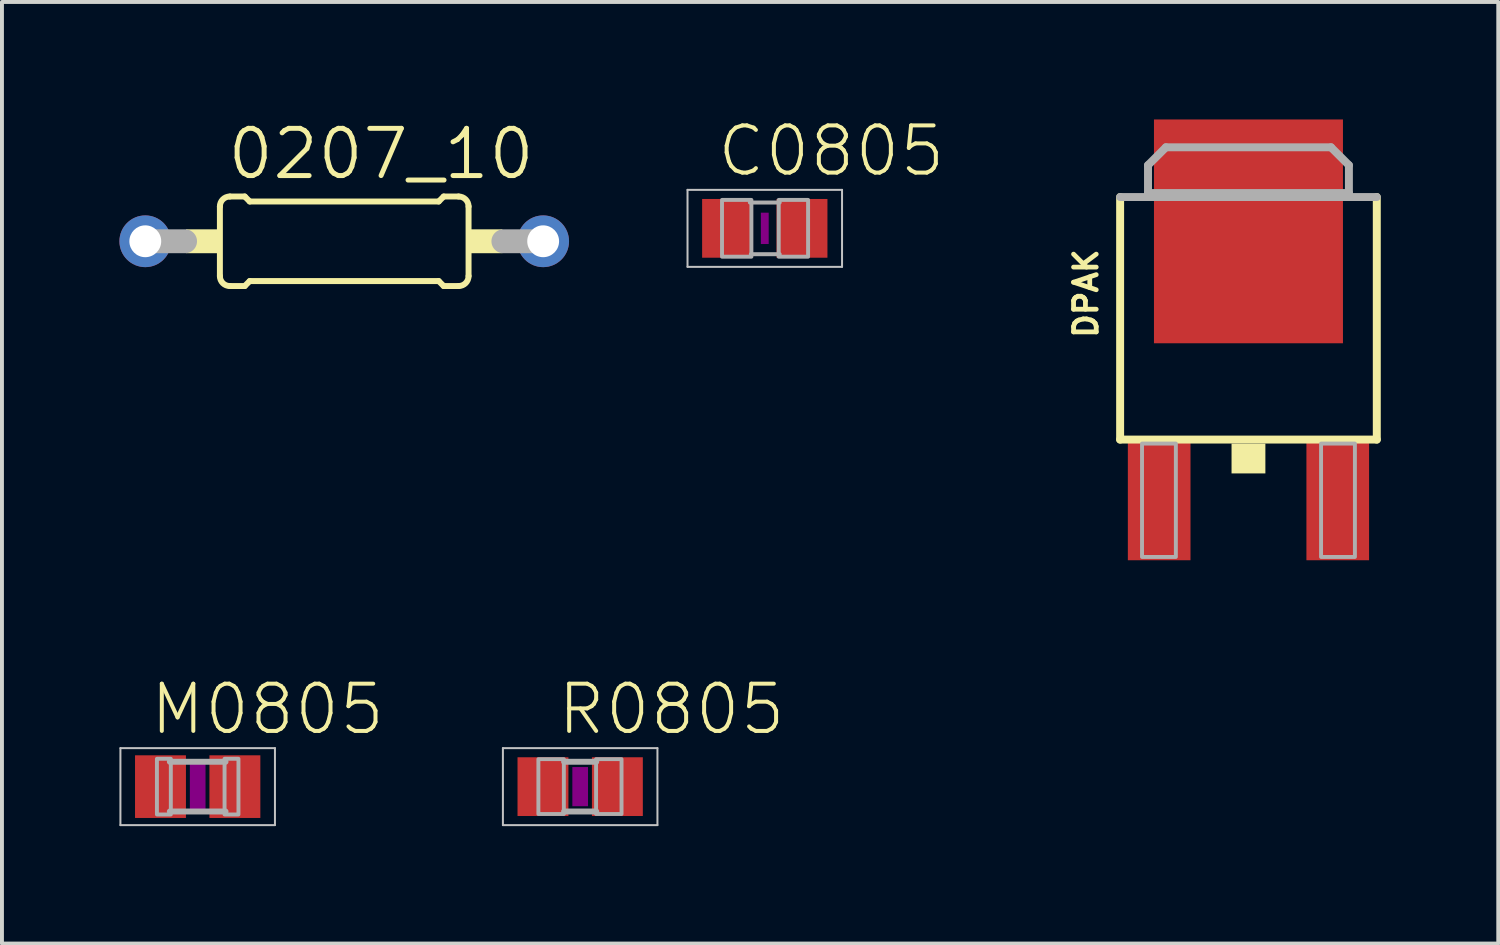
<source format=kicad_pcb>
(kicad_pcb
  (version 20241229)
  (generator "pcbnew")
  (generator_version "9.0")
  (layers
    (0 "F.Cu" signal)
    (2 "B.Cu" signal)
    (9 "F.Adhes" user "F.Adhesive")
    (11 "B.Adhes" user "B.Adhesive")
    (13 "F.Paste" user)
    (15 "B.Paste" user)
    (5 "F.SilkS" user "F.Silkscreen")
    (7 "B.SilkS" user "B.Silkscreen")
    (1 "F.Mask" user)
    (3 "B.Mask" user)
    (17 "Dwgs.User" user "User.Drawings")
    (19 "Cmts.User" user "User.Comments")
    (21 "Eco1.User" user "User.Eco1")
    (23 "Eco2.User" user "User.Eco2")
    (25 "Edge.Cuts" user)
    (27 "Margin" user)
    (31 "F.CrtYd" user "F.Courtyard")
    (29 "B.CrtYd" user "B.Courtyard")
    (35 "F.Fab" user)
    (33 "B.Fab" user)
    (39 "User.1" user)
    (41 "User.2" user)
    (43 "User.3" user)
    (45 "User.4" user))
  (footprint "DPAK"
    (layer "F.Cu")
    (at 28.83 4.446)
    (property "Reference" "DPAK" (at -3.81 0 90) (layer "F.SilkS") (effects (font (size 0.579 0.579) (thickness 0.122)) (justify bottom)))
    (attr through_hole)
    (fp_line (start -3.277 3.729) (end -3.277 -2.465) (stroke (width 0.203) (type solid)) (layer "F.SilkS"))
    (fp_line (start 3.277 -2.465) (end 3.277 3.729) (stroke (width 0.203) (type solid)) (layer "F.SilkS"))
    (fp_line (start 3.277 3.729) (end -3.277 3.729) (stroke (width 0.203) (type solid)) (layer "F.SilkS"))
    (fp_poly (pts (xy -0.432 4.593) (xy 0.432 4.593) (xy 0.432 3.831) (xy -0.432 3.831)) (stroke (width 0) (type solid)) (fill yes) (layer "F.SilkS"))
    (fp_line (start -3.277 -2.465) (end 3.277 -2.465) (stroke (width 0.203) (type solid)) (layer "F.Fab"))
    (fp_line (start -2.565 -3.278) (end -2.108 -3.735) (stroke (width 0.203) (type solid)) (layer "F.Fab"))
    (fp_line (start -2.565 -2.567) (end -2.565 -3.278) (stroke (width 0.203) (type solid)) (layer "F.Fab"))
    (fp_line (start -2.108 -3.735) (end 2.108 -3.735) (stroke (width 0.203) (type solid)) (layer "F.Fab"))
    (fp_line (start 2.108 -3.735) (end 2.565 -3.278) (stroke (width 0.203) (type solid)) (layer "F.Fab"))
    (fp_line (start 2.565 -3.278) (end 2.565 -2.567) (stroke (width 0.203) (type solid)) (layer "F.Fab"))
    (fp_line (start 2.565 -2.567) (end -2.565 -2.567) (stroke (width 0.203) (type solid)) (layer "F.Fab"))
    (fp_poly (pts (xy -2.718 6.726) (xy -1.854 6.726) (xy -1.854 3.831) (xy -2.718 3.831)) (stroke (width 0.1) (type solid)) (fill no) (layer "F.Fab"))
    (fp_poly (pts (xy 1.854 6.726) (xy 2.718 6.726) (xy 2.718 3.831) (xy 1.854 3.831)) (stroke (width 0.1) (type solid)) (fill no) (layer "F.Fab"))
    (fp_poly (pts (xy -2.565 -2.567) (xy -2.565 -3.278) (xy -2.108 -3.735) (xy 2.108 -3.735) (xy 2.565 -3.278) (xy 2.565 -2.567)) (stroke (width 0.1) (type solid)) (fill no) (layer "F.Fab"))
    (pad "1" smd rect (at -2.28 5.31) (size 1.6 3) (layers "F.Cu" "F.Mask" "F.Paste"))
    (pad "3" smd rect (at 2.28 5.31) (size 1.6 3) (layers "F.Cu" "F.Mask" "F.Paste"))
    (pad "4" smd rect (at 0 -1.588) (size 4.826 5.715) (layers "F.Cu" "F.Mask" "F.Paste")))
  (footprint "0207_10"
    (layer "F.Cu")
    (at 5.74 3.111)
    (property "Reference" "0207_10" (at -3.048 -1.524 0) (layer "F.SilkS") (effects (font (size 1.206 1.206) (thickness 0.127)) (justify left bottom)))
    (attr through_hole)
    (fp_line (start -3.175 0.889) (end -3.175 -0.889) (stroke (width 0.152) (type solid)) (layer "F.SilkS"))
    (fp_line (start -2.921 -1.143) (end -2.54 -1.143) (stroke (width 0.152) (type solid)) (layer "F.SilkS"))
    (fp_line (start -2.921 1.143) (end -2.54 1.143) (stroke (width 0.152) (type solid)) (layer "F.SilkS"))
    (fp_line (start -2.413 -1.016) (end -2.54 -1.143) (stroke (width 0.152) (type solid)) (layer "F.SilkS"))
    (fp_line (start -2.413 1.016) (end -2.54 1.143) (stroke (width 0.152) (type solid)) (layer "F.SilkS"))
    (fp_line (start 2.413 -1.016) (end -2.413 -1.016) (stroke (width 0.152) (type solid)) (layer "F.SilkS"))
    (fp_line (start 2.413 -1.016) (end 2.54 -1.143) (stroke (width 0.152) (type solid)) (layer "F.SilkS"))
    (fp_line (start 2.413 1.016) (end -2.413 1.016) (stroke (width 0.152) (type solid)) (layer "F.SilkS"))
    (fp_line (start 2.413 1.016) (end 2.54 1.143) (stroke (width 0.152) (type solid)) (layer "F.SilkS"))
    (fp_line (start 2.921 -1.143) (end 2.54 -1.143) (stroke (width 0.152) (type solid)) (layer "F.SilkS"))
    (fp_line (start 2.921 1.143) (end 2.54 1.143) (stroke (width 0.152) (type solid)) (layer "F.SilkS"))
    (fp_line (start 3.175 0.889) (end 3.175 -0.889) (stroke (width 0.152) (type solid)) (layer "F.SilkS"))
    (fp_arc (start -3.175 -0.889) (mid -3.100605 -1.068605) (end -2.921 -1.143) (stroke (width 0.1524) (type solid)) (layer "F.SilkS"))
    (fp_arc (start -2.921 1.143) (mid -3.100605 1.068605) (end -3.175 0.889) (stroke (width 0.1524) (type solid)) (layer "F.SilkS"))
    (fp_arc (start 2.921 -1.143) (mid 3.100605 -1.068605) (end 3.175 -0.889) (stroke (width 0.1524) (type solid)) (layer "F.SilkS"))
    (fp_arc (start 3.175 0.889) (mid 3.100605 1.068605) (end 2.921 1.143) (stroke (width 0.1524) (type solid)) (layer "F.SilkS"))
    (fp_poly (pts (xy -4.039 0.305) (xy -3.175 0.305) (xy -3.175 -0.305) (xy -4.039 -0.305)) (stroke (width 0) (type solid)) (fill yes) (layer "F.SilkS"))
    (fp_poly (pts (xy 3.175 0.305) (xy 4.039 0.305) (xy 4.039 -0.305) (xy 3.175 -0.305)) (stroke (width 0) (type solid)) (fill yes) (layer "F.SilkS"))
    (fp_line (start -5.08 0) (end -4.064 0) (stroke (width 0.61) (type solid)) (layer "F.Fab"))
    (fp_line (start 5.08 0) (end 4.064 0) (stroke (width 0.61) (type solid)) (layer "F.Fab"))
    (pad "1" thru_hole circle (at -5.08 0) (size 1.321 1.321) (drill 0.813) (layers "*.Cu" "*.Mask"))
    (pad "2" thru_hole circle (at 5.08 0) (size 1.321 1.321) (drill 0.813) (layers "*.Cu" "*.Mask")))
  (footprint "R0805"
    (layer "F.Cu")
    (at 11.765 17.037)
    (property "Reference" "R0805" (at -0.635 -1.27 0) (layer "F.SilkS") (effects (font (size 1.206 1.206) (thickness 0.102)) (justify left bottom)))
    (attr through_hole)
    (fp_poly (pts (xy -0.2 0.5) (xy 0.2 0.5) (xy 0.2 -0.5) (xy -0.2 -0.5)) (stroke (width 0) (type solid)) (fill yes) (layer "F.Adhes"))
    (fp_line (start -1.973 -0.983) (end 1.973 -0.983) (stroke (width 0.051) (type solid)) (layer "Dwgs.User"))
    (fp_line (start -1.973 0.983) (end -1.973 -0.983) (stroke (width 0.051) (type solid)) (layer "Dwgs.User"))
    (fp_line (start 1.973 -0.983) (end 1.973 0.983) (stroke (width 0.051) (type solid)) (layer "Dwgs.User"))
    (fp_line (start 1.973 0.983) (end -1.973 0.983) (stroke (width 0.051) (type solid)) (layer "Dwgs.User"))
    (fp_line (start -0.41 -0.635) (end 0.41 -0.635) (stroke (width 0.152) (type solid)) (layer "F.Fab"))
    (fp_line (start -0.41 0.635) (end 0.41 0.635) (stroke (width 0.152) (type solid)) (layer "F.Fab"))
    (fp_poly (pts (xy -1.067 0.699) (xy -0.417 0.699) (xy -0.417 -0.702) (xy -1.067 -0.702)) (stroke (width 0.1) (type solid)) (fill no) (layer "F.Fab"))
    (fp_poly (pts (xy 0.406 0.699) (xy 1.056 0.699) (xy 1.056 -0.702) (xy 0.406 -0.702)) (stroke (width 0.1) (type solid)) (fill no) (layer "F.Fab"))
    (pad "1" smd rect (at -0.95 0) (size 1.3 1.5) (layers "F.Cu" "F.Mask" "F.Paste"))
    (pad "2" smd rect (at 0.95 0) (size 1.3 1.5) (layers "F.Cu" "F.Mask" "F.Paste")))
  (footprint "M0805"
    (layer "F.Cu")
    (at 1.998 17.037)
    (property "Reference" "M0805" (at -1.27 -1.27 0) (layer "F.SilkS") (effects (font (size 1.206 1.206) (thickness 0.102)) (justify left bottom)))
    (attr through_hole)
    (fp_poly (pts (xy -0.2 0.6) (xy 0.2 0.6) (xy 0.2 -0.6) (xy -0.2 -0.6)) (stroke (width 0) (type solid)) (fill yes) (layer "F.Adhes"))
    (fp_line (start -1.973 -0.983) (end 1.973 -0.983) (stroke (width 0.051) (type solid)) (layer "Dwgs.User"))
    (fp_line (start -1.973 0.983) (end -1.973 -0.983) (stroke (width 0.051) (type solid)) (layer "Dwgs.User"))
    (fp_line (start 1.973 -0.983) (end 1.973 0.983) (stroke (width 0.051) (type solid)) (layer "Dwgs.User"))
    (fp_line (start 1.973 0.983) (end -1.973 0.983) (stroke (width 0.051) (type solid)) (layer "Dwgs.User"))
    (fp_line (start 0.711 -0.635) (end -0.711 -0.635) (stroke (width 0.152) (type solid)) (layer "F.Fab"))
    (fp_line (start 0.711 0.635) (end -0.711 0.635) (stroke (width 0.152) (type solid)) (layer "F.Fab"))
    (fp_poly (pts (xy -1.041 0.711) (xy -0.686 0.711) (xy -0.686 -0.711) (xy -1.041 -0.711)) (stroke (width 0.1) (type solid)) (fill no) (layer "F.Fab"))
    (fp_poly (pts (xy 0.686 0.711) (xy 1.041 0.711) (xy 1.041 -0.711) (xy 0.686 -0.711)) (stroke (width 0.1) (type solid)) (fill no) (layer "F.Fab"))
    (pad "1" smd rect (at -0.95 0) (size 1.3 1.6) (layers "F.Cu" "F.Mask" "F.Paste"))
    (pad "2" smd rect (at 0.95 0) (size 1.3 1.6) (layers "F.Cu" "F.Mask" "F.Paste")))
  (footprint "C0805"
    (layer "F.Cu")
    (at 16.479 2.781)
    (property "Reference" "C0805" (at -1.27 -1.27 0) (layer "F.SilkS") (effects (font (size 1.206 1.206) (thickness 0.102)) (justify left bottom)))
    (attr through_hole)
    (fp_poly (pts (xy -0.1 0.4) (xy 0.1 0.4) (xy 0.1 -0.4) (xy -0.1 -0.4)) (stroke (width 0) (type solid)) (fill yes) (layer "F.Adhes"))
    (fp_line (start -1.973 -0.983) (end 1.973 -0.983) (stroke (width 0.051) (type solid)) (layer "Dwgs.User"))
    (fp_line (start -1.973 0.983) (end -1.973 -0.983) (stroke (width 0.051) (type solid)) (layer "Dwgs.User"))
    (fp_line (start 1.973 -0.983) (end 1.973 0.983) (stroke (width 0.051) (type solid)) (layer "Dwgs.User"))
    (fp_line (start 1.973 0.983) (end -1.973 0.983) (stroke (width 0.051) (type solid)) (layer "Dwgs.User"))
    (fp_line (start -0.381 -0.66) (end 0.381 -0.66) (stroke (width 0.102) (type solid)) (layer "F.Fab"))
    (fp_line (start -0.356 0.66) (end 0.381 0.66) (stroke (width 0.102) (type solid)) (layer "F.Fab"))
    (fp_poly (pts (xy -1.092 0.724) (xy -0.342 0.724) (xy -0.342 -0.726) (xy -1.092 -0.726)) (stroke (width 0.1) (type solid)) (fill no) (layer "F.Fab"))
    (fp_poly (pts (xy 0.356 0.724) (xy 1.106 0.724) (xy 1.106 -0.726) (xy 0.356 -0.726)) (stroke (width 0.1) (type solid)) (fill no) (layer "F.Fab"))
    (pad "1" smd rect (at -0.95 0) (size 1.3 1.5) (layers "F.Cu" "F.Mask" "F.Paste"))
    (pad "2" smd rect (at 0.95 0) (size 1.3 1.5) (layers "F.Cu" "F.Mask" "F.Paste")))
  (gr_rect
    (start -3 -3)
    (end 35.209 21.045)
    (stroke (width 0.1) (type default))
    (fill no)
    (layer "Edge.Cuts")))
</source>
